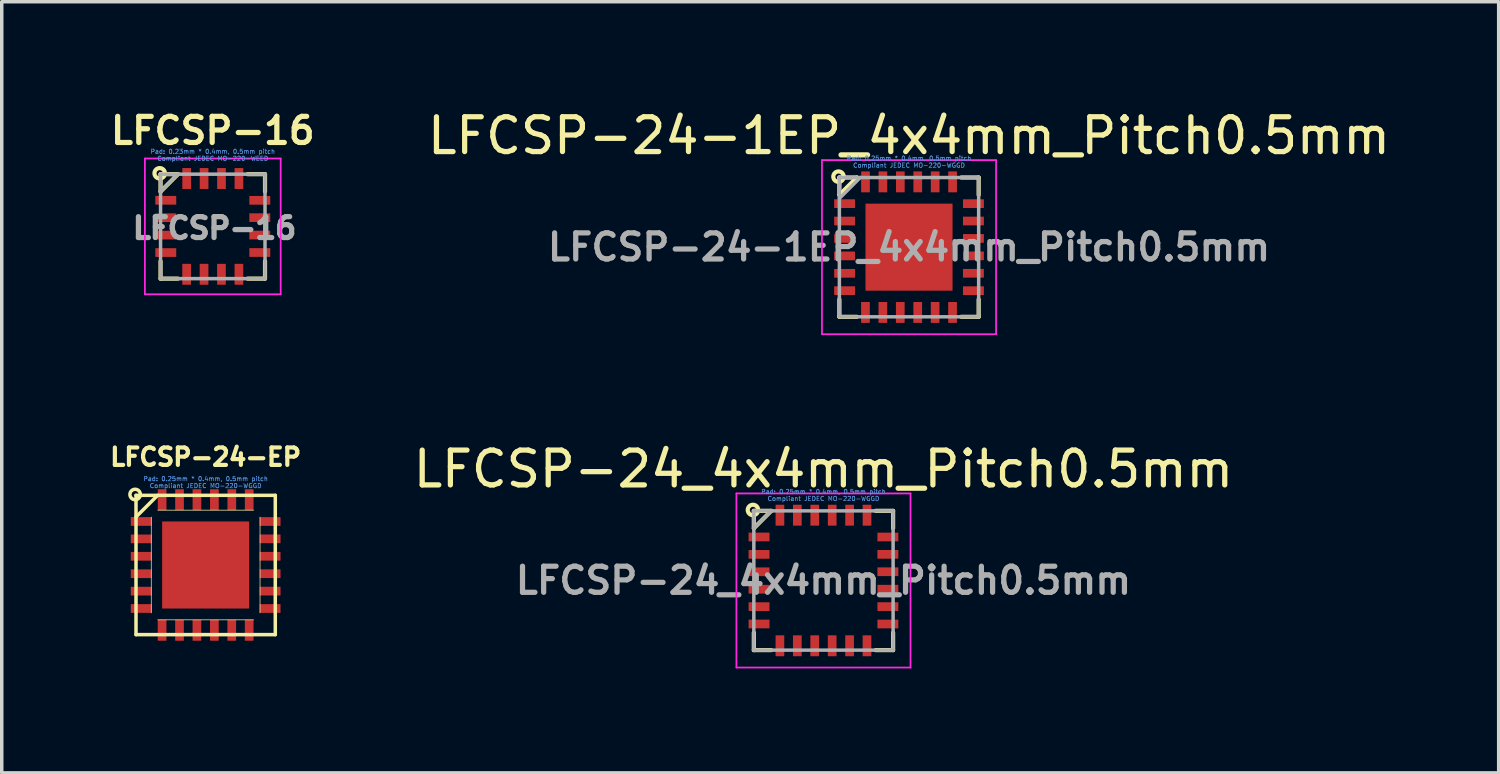
<source format=kicad_pcb>
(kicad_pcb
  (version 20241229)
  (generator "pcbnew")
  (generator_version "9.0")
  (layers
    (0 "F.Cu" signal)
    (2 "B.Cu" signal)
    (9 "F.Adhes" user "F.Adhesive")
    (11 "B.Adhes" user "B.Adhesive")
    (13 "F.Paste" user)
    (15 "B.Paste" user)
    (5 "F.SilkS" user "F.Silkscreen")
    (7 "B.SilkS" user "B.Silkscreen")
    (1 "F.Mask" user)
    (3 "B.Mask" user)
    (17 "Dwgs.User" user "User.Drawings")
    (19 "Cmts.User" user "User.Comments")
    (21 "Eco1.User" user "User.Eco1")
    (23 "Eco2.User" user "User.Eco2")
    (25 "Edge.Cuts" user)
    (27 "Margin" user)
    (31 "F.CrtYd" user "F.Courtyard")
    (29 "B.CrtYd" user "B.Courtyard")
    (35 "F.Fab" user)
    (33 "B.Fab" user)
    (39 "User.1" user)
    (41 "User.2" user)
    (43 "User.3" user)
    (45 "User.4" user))
  (footprint "LFCSP-16"
    (layer "F.Cu")
    (at 3.061 3.452)
    (property "Reference" "LFCSP-16" (at 0 -2.75 0) (layer "F.SilkS") (effects (font (size 0.75 0.75) (thickness 0.15))))
    (attr smd)
    (fp_line (start -1.5 -1.5) (end -1.5 -1) (stroke (width 0.12) (type solid)) (layer "F.SilkS"))
    (fp_line (start -1.5 -1.5) (end -1 -1.5) (stroke (width 0.12) (type solid)) (layer "F.SilkS"))
    (fp_line (start -1.5 -1) (end -1 -1.5) (stroke (width 0.12) (type solid)) (layer "F.SilkS"))
    (fp_line (start -1.5 1) (end -1.5 1.5) (stroke (width 0.12) (type solid)) (layer "F.SilkS"))
    (fp_line (start -1.5 1.5) (end -1 1.5) (stroke (width 0.12) (type solid)) (layer "F.SilkS"))
    (fp_line (start 1 -1.5) (end 1.5 -1.5) (stroke (width 0.12) (type solid)) (layer "F.SilkS"))
    (fp_line (start 1 1.5) (end 1.5 1.5) (stroke (width 0.12) (type solid)) (layer "F.SilkS"))
    (fp_line (start 1.5 -1.5) (end 1.5 -1) (stroke (width 0.12) (type solid)) (layer "F.SilkS"))
    (fp_line (start 1.5 1) (end 1.5 1.5) (stroke (width 0.12) (type solid)) (layer "F.SilkS"))
    (fp_circle (center -1.525 -1.525) (end -1.675 -1.525) (stroke (width 0.12) (type solid)) (fill no) (layer "F.SilkS"))
    (fp_line (start -1.95 1.95) (end -1.95 -1.95) (stroke (width 0.05) (type solid)) (layer "F.CrtYd"))
    (fp_line (start -1.95 1.95) (end 1.95 1.95) (stroke (width 0.05) (type solid)) (layer "F.CrtYd"))
    (fp_line (start 1.95 -1.95) (end -1.95 -1.95) (stroke (width 0.05) (type solid)) (layer "F.CrtYd"))
    (fp_line (start 1.95 -1.95) (end 1.95 1.95) (stroke (width 0.05) (type solid)) (layer "F.CrtYd"))
    (fp_line (start -1.5 -1.5) (end -1.5 1.5) (stroke (width 0.1) (type solid)) (layer "F.Fab"))
    (fp_line (start -1.5 -1.5) (end 1.5 -1.5) (stroke (width 0.1) (type solid)) (layer "F.Fab"))
    (fp_line (start -1.5 1.5) (end 1.5 1.5) (stroke (width 0.1) (type solid)) (layer "F.Fab"))
    (fp_line (start -1 -1.5) (end -1.5 -1) (stroke (width 0.1) (type solid)) (layer "F.Fab"))
    (fp_line (start 1.5 -1.5) (end 1.5 1.5) (stroke (width 0.1) (type solid)) (layer "F.Fab"))
    (fp_text user "Compliant JEDEC MO-220-WEED" (at 0 -1.95 0) (layer "Cmts.User") (effects (font (size 0.127 0.127) (thickness 0.02))))
    (fp_text user "Pad: 0.23mm * 0.4mm, 0.5mm pitch" (at 0 -2.15 0) (layer "Cmts.User") (effects (font (size 0.127 0.127) (thickness 0.02))))
    (fp_text user "${REFERENCE}" (at 0.05 0.05 0) (layer "F.Fab") (effects (font (size 0.6 0.6) (thickness 0.15))))
    (pad "1" smd rect (at -1.35 -0.75 270) (size 0.25 0.6) (layers "F.Cu" "F.Mask" "F.Paste"))
    (pad "2" smd rect (at -1.35 -0.25 270) (size 0.25 0.6) (layers "F.Cu" "F.Mask" "F.Paste"))
    (pad "3" smd rect (at -1.35 0.25 270) (size 0.25 0.6) (layers "F.Cu" "F.Mask" "F.Paste"))
    (pad "4" smd rect (at -1.35 0.751 270) (size 0.25 0.6) (layers "F.Cu" "F.Mask" "F.Paste"))
    (pad "5" smd rect (at -0.751 1.375 180) (size 0.25 0.6) (layers "F.Cu" "F.Mask" "F.Paste"))
    (pad "6" smd rect (at -0.251 1.375 180) (size 0.25 0.6) (layers "F.Cu" "F.Mask" "F.Paste"))
    (pad "7" smd rect (at 0.249 1.375 180) (size 0.25 0.6) (layers "F.Cu" "F.Mask" "F.Paste"))
    (pad "8" smd rect (at 0.75 1.375 180) (size 0.25 0.6) (layers "F.Cu" "F.Mask" "F.Paste"))
    (pad "9" smd rect (at 1.35 0.75 90) (size 0.25 0.6) (layers "F.Cu" "F.Mask" "F.Paste"))
    (pad "10" smd rect (at 1.35 0.249 90) (size 0.25 0.6) (layers "F.Cu" "F.Mask" "F.Paste"))
    (pad "11" smd rect (at 1.35 -0.251 90) (size 0.25 0.6) (layers "F.Cu" "F.Mask" "F.Paste"))
    (pad "12" smd rect (at 1.35 -0.749 90) (size 0.25 0.6) (layers "F.Cu" "F.Mask" "F.Paste"))
    (pad "13" smd rect (at 0.751 -1.375) (size 0.25 0.6) (layers "F.Cu" "F.Mask" "F.Paste"))
    (pad "14" smd rect (at 0.25 -1.375) (size 0.25 0.6) (layers "F.Cu" "F.Mask" "F.Paste"))
    (pad "15" smd rect (at -0.25 -1.375) (size 0.25 0.6) (layers "F.Cu" "F.Mask" "F.Paste"))
    (pad "16" smd rect (at -0.75 -1.375) (size 0.25 0.6) (layers "F.Cu" "F.Mask" "F.Paste")))
  (footprint "LFCSP-24-1EP_4x4mm_Pitch0.5mm"
    (layer "F.Cu")
    (at 23.056 4.048)
    (property "Reference" "LFCSP-24-1EP_4x4mm_Pitch0.5mm" (at 0 -3.2 0) (layer "F.SilkS") (effects (font (size 1 1) (thickness 0.15))))
    (attr smd)
    (fp_line (start -2 -2) (end -2 -1.5) (stroke (width 0.12) (type solid)) (layer "F.SilkS"))
    (fp_line (start -2 -2) (end -1.5 -2) (stroke (width 0.12) (type solid)) (layer "F.SilkS"))
    (fp_line (start -2 -1.5) (end -1.5 -2) (stroke (width 0.12) (type solid)) (layer "F.SilkS"))
    (fp_line (start -2 1.5) (end -2 2) (stroke (width 0.12) (type solid)) (layer "F.SilkS"))
    (fp_line (start -2 2) (end -1.5 2) (stroke (width 0.12) (type solid)) (layer "F.SilkS"))
    (fp_line (start 1.5 -2) (end 2 -2) (stroke (width 0.12) (type solid)) (layer "F.SilkS"))
    (fp_line (start 1.5 2) (end 2 2) (stroke (width 0.12) (type solid)) (layer "F.SilkS"))
    (fp_line (start 2 -2) (end 2 -1.5) (stroke (width 0.12) (type solid)) (layer "F.SilkS"))
    (fp_line (start 2 1.5) (end 2 2) (stroke (width 0.12) (type solid)) (layer "F.SilkS"))
    (fp_circle (center -2.025 -2.025) (end -2.175 -2.025) (stroke (width 0.12) (type solid)) (fill no) (layer "F.SilkS"))
    (fp_line (start -2.5 -2.5) (end 2.5 -2.5) (stroke (width 0.05) (type solid)) (layer "F.CrtYd"))
    (fp_line (start -2.5 2.5) (end -2.5 -2.5) (stroke (width 0.05) (type solid)) (layer "F.CrtYd"))
    (fp_line (start 2.5 -2.5) (end 2.5 2.5) (stroke (width 0.05) (type solid)) (layer "F.CrtYd"))
    (fp_line (start 2.5 2.5) (end -2.5 2.5) (stroke (width 0.05) (type solid)) (layer "F.CrtYd"))
    (fp_line (start -2 -2) (end 2 -2) (stroke (width 0.1) (type solid)) (layer "F.Fab"))
    (fp_line (start -2 -1.4) (end -1.4 -2) (stroke (width 0.1) (type solid)) (layer "F.Fab"))
    (fp_line (start -2 2) (end -2 -2) (stroke (width 0.1) (type solid)) (layer "F.Fab"))
    (fp_line (start 2 2) (end -2 2) (stroke (width 0.1) (type solid)) (layer "F.Fab"))
    (fp_line (start 2 2) (end 2 -2) (stroke (width 0.1) (type solid)) (layer "F.Fab"))
    (fp_text user "Compliant JEDEC MO-220-WGGD" (at 0 -2.35 0) (layer "Cmts.User") (effects (font (size 0.127 0.127) (thickness 0.02))))
    (fp_text user "Pad: 0.25mm * 0.4mm, 0.5mm pitch" (at 0 -2.55 0) (layer "Cmts.User") (effects (font (size 0.127 0.127) (thickness 0.02))))
    (fp_text user "${REFERENCE}" (at 0 0 0) (layer "F.Fab") (effects (font (size 0.75 0.75) (thickness 0.15))))
    (pad "1" smd rect (at -1.85 -1.25 270) (size 0.25 0.6) (layers "F.Cu" "F.Mask" "F.Paste"))
    (pad "2" smd rect (at -1.85 -0.75 270) (size 0.25 0.6) (layers "F.Cu" "F.Mask" "F.Paste"))
    (pad "3" smd rect (at -1.85 -0.25 270) (size 0.25 0.6) (layers "F.Cu" "F.Mask" "F.Paste"))
    (pad "4" smd rect (at -1.85 0.251 270) (size 0.25 0.6) (layers "F.Cu" "F.Mask" "F.Paste"))
    (pad "5" smd rect (at -1.85 0.751 270) (size 0.25 0.6) (layers "F.Cu" "F.Mask" "F.Paste"))
    (pad "6" smd rect (at -1.85 1.249 270) (size 0.25 0.6) (layers "F.Cu" "F.Mask" "F.Paste"))
    (pad "7" smd rect (at -1.251 1.875 180) (size 0.25 0.6) (layers "F.Cu" "F.Mask" "F.Paste"))
    (pad "8" smd rect (at -0.751 1.875 180) (size 0.25 0.6) (layers "F.Cu" "F.Mask" "F.Paste"))
    (pad "9" smd rect (at -0.251 1.875 180) (size 0.25 0.6) (layers "F.Cu" "F.Mask" "F.Paste"))
    (pad "10" smd rect (at 0.25 1.875 180) (size 0.25 0.6) (layers "F.Cu" "F.Mask" "F.Paste"))
    (pad "11" smd rect (at 0.75 1.875 180) (size 0.25 0.6) (layers "F.Cu" "F.Mask" "F.Paste"))
    (pad "12" smd rect (at 1.25 1.875 180) (size 0.25 0.6) (layers "F.Cu" "F.Mask" "F.Paste"))
    (pad "13" smd rect (at 1.85 1.25 90) (size 0.25 0.6) (layers "F.Cu" "F.Mask" "F.Paste"))
    (pad "14" smd rect (at 1.85 0.75 90) (size 0.25 0.6) (layers "F.Cu" "F.Mask" "F.Paste"))
    (pad "15" smd rect (at 1.85 0.25 90) (size 0.25 0.6) (layers "F.Cu" "F.Mask" "F.Paste"))
    (pad "16" smd rect (at 1.85 -0.251 90) (size 0.25 0.6) (layers "F.Cu" "F.Mask" "F.Paste"))
    (pad "17" smd rect (at 1.85 -0.751 90) (size 0.25 0.6) (layers "F.Cu" "F.Mask" "F.Paste"))
    (pad "18" smd rect (at 1.85 -1.249 90) (size 0.25 0.6) (layers "F.Cu" "F.Mask" "F.Paste"))
    (pad "19" smd rect (at 1.251 -1.875) (size 0.25 0.6) (layers "F.Cu" "F.Mask" "F.Paste"))
    (pad "20" smd rect (at 0.751 -1.875) (size 0.25 0.6) (layers "F.Cu" "F.Mask" "F.Paste"))
    (pad "21" smd rect (at 0.251 -1.875) (size 0.25 0.6) (layers "F.Cu" "F.Mask" "F.Paste"))
    (pad "22" smd rect (at -0.25 -1.875) (size 0.25 0.6) (layers "F.Cu" "F.Mask" "F.Paste"))
    (pad "23" smd rect (at -0.75 -1.875) (size 0.25 0.6) (layers "F.Cu" "F.Mask" "F.Paste"))
    (pad "24" smd rect (at -1.25 -1.875) (size 0.25 0.6) (layers "F.Cu" "F.Mask" "F.Paste"))
    (pad "GND" smd rect (at 0 0) (size 2.5 2.5) (layers "F.Cu" "F.Mask" "F.Paste")))
  (footprint "LFCSP-24_4x4mm_Pitch0.5mm"
    (layer "F.Cu")
    (at 20.599 13.621)
    (property "Reference" "LFCSP-24_4x4mm_Pitch0.5mm" (at 0 -3.2 0) (layer "F.SilkS") (effects (font (size 1 1) (thickness 0.15))))
    (attr smd)
    (fp_line (start -2 -2) (end -2 -1.5) (stroke (width 0.12) (type solid)) (layer "F.SilkS"))
    (fp_line (start -2 -2) (end -1.5 -2) (stroke (width 0.12) (type solid)) (layer "F.SilkS"))
    (fp_line (start -2 -1.5) (end -1.5 -2) (stroke (width 0.12) (type solid)) (layer "F.SilkS"))
    (fp_line (start -2 1.5) (end -2 2) (stroke (width 0.12) (type solid)) (layer "F.SilkS"))
    (fp_line (start -2 2) (end -1.5 2) (stroke (width 0.12) (type solid)) (layer "F.SilkS"))
    (fp_line (start 1.5 -2) (end 2 -2) (stroke (width 0.12) (type solid)) (layer "F.SilkS"))
    (fp_line (start 1.5 2) (end 2 2) (stroke (width 0.12) (type solid)) (layer "F.SilkS"))
    (fp_line (start 2 -2) (end 2 -1.5) (stroke (width 0.12) (type solid)) (layer "F.SilkS"))
    (fp_line (start 2 1.5) (end 2 2) (stroke (width 0.12) (type solid)) (layer "F.SilkS"))
    (fp_circle (center -2.025 -2.025) (end -2.175 -2.025) (stroke (width 0.12) (type solid)) (fill no) (layer "F.SilkS"))
    (fp_line (start -2.5 -2.5) (end 2.5 -2.5) (stroke (width 0.05) (type solid)) (layer "F.CrtYd"))
    (fp_line (start -2.5 2.5) (end -2.5 -2.5) (stroke (width 0.05) (type solid)) (layer "F.CrtYd"))
    (fp_line (start 2.5 -2.5) (end 2.5 2.5) (stroke (width 0.05) (type solid)) (layer "F.CrtYd"))
    (fp_line (start 2.5 2.5) (end -2.5 2.5) (stroke (width 0.05) (type solid)) (layer "F.CrtYd"))
    (fp_line (start -2 -2) (end 2 -2) (stroke (width 0.1) (type solid)) (layer "F.Fab"))
    (fp_line (start -2 -1.5) (end -1.5 -2) (stroke (width 0.1) (type solid)) (layer "F.Fab"))
    (fp_line (start -2 2) (end -2 -2) (stroke (width 0.1) (type solid)) (layer "F.Fab"))
    (fp_line (start 2 2) (end -2 2) (stroke (width 0.1) (type solid)) (layer "F.Fab"))
    (fp_line (start 2 2) (end 2 -2) (stroke (width 0.1) (type solid)) (layer "F.Fab"))
    (fp_text user "Compliant JEDEC MO-220-WGGD" (at 0 -2.35 0) (layer "Cmts.User") (effects (font (size 0.127 0.127) (thickness 0.02))))
    (fp_text user "Pad: 0.25mm * 0.4mm, 0.5mm pitch" (at 0 -2.55 0) (layer "Cmts.User") (effects (font (size 0.127 0.127) (thickness 0.02))))
    (fp_text user "${REFERENCE}" (at 0 0 0) (layer "F.Fab") (effects (font (size 0.75 0.75) (thickness 0.15))))
    (pad "1" smd rect (at -1.85 -1.25 270) (size 0.25 0.6) (layers "F.Cu" "F.Mask" "F.Paste"))
    (pad "2" smd rect (at -1.85 -0.75 270) (size 0.25 0.6) (layers "F.Cu" "F.Mask" "F.Paste"))
    (pad "3" smd rect (at -1.85 -0.25 270) (size 0.25 0.6) (layers "F.Cu" "F.Mask" "F.Paste"))
    (pad "4" smd rect (at -1.85 0.251 270) (size 0.25 0.6) (layers "F.Cu" "F.Mask" "F.Paste"))
    (pad "5" smd rect (at -1.85 0.751 270) (size 0.25 0.6) (layers "F.Cu" "F.Mask" "F.Paste"))
    (pad "6" smd rect (at -1.85 1.249 270) (size 0.25 0.6) (layers "F.Cu" "F.Mask" "F.Paste"))
    (pad "7" smd rect (at -1.251 1.875 180) (size 0.25 0.6) (layers "F.Cu" "F.Mask" "F.Paste"))
    (pad "8" smd rect (at -0.751 1.875 180) (size 0.25 0.6) (layers "F.Cu" "F.Mask" "F.Paste"))
    (pad "9" smd rect (at -0.251 1.875 180) (size 0.25 0.6) (layers "F.Cu" "F.Mask" "F.Paste"))
    (pad "10" smd rect (at 0.25 1.875 180) (size 0.25 0.6) (layers "F.Cu" "F.Mask" "F.Paste"))
    (pad "11" smd rect (at 0.75 1.875 180) (size 0.25 0.6) (layers "F.Cu" "F.Mask" "F.Paste"))
    (pad "12" smd rect (at 1.25 1.875 180) (size 0.25 0.6) (layers "F.Cu" "F.Mask" "F.Paste"))
    (pad "13" smd rect (at 1.85 1.25 90) (size 0.25 0.6) (layers "F.Cu" "F.Mask" "F.Paste"))
    (pad "14" smd rect (at 1.85 0.75 90) (size 0.25 0.6) (layers "F.Cu" "F.Mask" "F.Paste"))
    (pad "15" smd rect (at 1.85 0.25 90) (size 0.25 0.6) (layers "F.Cu" "F.Mask" "F.Paste"))
    (pad "16" smd rect (at 1.85 -0.251 90) (size 0.25 0.6) (layers "F.Cu" "F.Mask" "F.Paste"))
    (pad "17" smd rect (at 1.85 -0.751 90) (size 0.25 0.6) (layers "F.Cu" "F.Mask" "F.Paste"))
    (pad "18" smd rect (at 1.85 -1.249 90) (size 0.25 0.6) (layers "F.Cu" "F.Mask" "F.Paste"))
    (pad "19" smd rect (at 1.251 -1.875) (size 0.25 0.6) (layers "F.Cu" "F.Mask" "F.Paste"))
    (pad "20" smd rect (at 0.751 -1.875) (size 0.25 0.6) (layers "F.Cu" "F.Mask" "F.Paste"))
    (pad "21" smd rect (at 0.251 -1.875) (size 0.25 0.6) (layers "F.Cu" "F.Mask" "F.Paste"))
    (pad "22" smd rect (at -0.25 -1.875) (size 0.25 0.6) (layers "F.Cu" "F.Mask" "F.Paste"))
    (pad "23" smd rect (at -0.75 -1.875) (size 0.25 0.6) (layers "F.Cu" "F.Mask" "F.Paste"))
    (pad "24" smd rect (at -1.25 -1.875) (size 0.25 0.6) (layers "F.Cu" "F.Mask" "F.Paste")))
  (footprint "LFCSP-24-EP"
    (layer "F.Cu")
    (at 2.856 13.176)
    (property "Reference" "LFCSP-24-EP" (at 0 -3.1 0) (layer "F.SilkS") (effects (font (size 0.5 0.5) (thickness 0.12))))
    (attr smd)
    (fp_line (start -2 -2) (end -2 2) (stroke (width 0.1) (type solid)) (layer "F.SilkS"))
    (fp_line (start -2 -2) (end 2 -2) (stroke (width 0.1) (type solid)) (layer "F.SilkS"))
    (fp_line (start -2 -1.38) (end -1.38 -2) (stroke (width 0.1) (type solid)) (layer "F.SilkS"))
    (fp_line (start -2 2) (end 2 2) (stroke (width 0.1) (type solid)) (layer "F.SilkS"))
    (fp_line (start -1.562 1.375) (end -1.562 -1.375) (stroke (width 0.02) (type solid)) (layer "F.SilkS"))
    (fp_line (start -1.375 -1.575) (end 1.375 -1.575) (stroke (width 0.02) (type solid)) (layer "F.SilkS"))
    (fp_line (start 1.375 1.575) (end -1.375 1.575) (stroke (width 0.02) (type solid)) (layer "F.SilkS"))
    (fp_line (start 1.562 -1.375) (end 1.562 1.375) (stroke (width 0.02) (type solid)) (layer "F.SilkS"))
    (fp_line (start 2 -2) (end 2 2) (stroke (width 0.1) (type solid)) (layer "F.SilkS"))
    (fp_circle (center -2.025 -2.025) (end -2.175 -2.025) (stroke (width 0.1) (type solid)) (fill no) (layer "F.SilkS"))
    (fp_text user "Pad: 0.25mm * 0.4mm, 0.5mm pitch" (at 0 -2.475 0) (layer "Cmts.User") (effects (font (size 0.127 0.127) (thickness 0.02))))
    (fp_text user "Compliant JEDEC MO-220-WGGD" (at 0 -2.275 0) (layer "Cmts.User") (effects (font (size 0.127 0.127) (thickness 0.02))))
    (pad "1" smd rect (at -1.85 -1.25 270) (size 0.25 0.6) (layers "F.Cu" "F.Mask" "F.Paste"))
    (pad "2" smd rect (at -1.85 -0.75 270) (size 0.25 0.6) (layers "F.Cu" "F.Mask" "F.Paste"))
    (pad "3" smd rect (at -1.85 -0.25 270) (size 0.25 0.6) (layers "F.Cu" "F.Mask" "F.Paste"))
    (pad "4" smd rect (at -1.85 0.251 270) (size 0.25 0.6) (layers "F.Cu" "F.Mask" "F.Paste"))
    (pad "5" smd rect (at -1.85 0.751 270) (size 0.25 0.6) (layers "F.Cu" "F.Mask" "F.Paste"))
    (pad "6" smd rect (at -1.85 1.249 270) (size 0.25 0.6) (layers "F.Cu" "F.Mask" "F.Paste"))
    (pad "7" smd rect (at -1.251 1.875 180) (size 0.25 0.6) (layers "F.Cu" "F.Mask" "F.Paste"))
    (pad "8" smd rect (at -0.751 1.875 180) (size 0.25 0.6) (layers "F.Cu" "F.Mask" "F.Paste"))
    (pad "9" smd rect (at -0.251 1.875 180) (size 0.25 0.6) (layers "F.Cu" "F.Mask" "F.Paste"))
    (pad "10" smd rect (at 0.25 1.875 180) (size 0.25 0.6) (layers "F.Cu" "F.Mask" "F.Paste"))
    (pad "11" smd rect (at 0.75 1.875 180) (size 0.25 0.6) (layers "F.Cu" "F.Mask" "F.Paste"))
    (pad "12" smd rect (at 1.25 1.875 180) (size 0.25 0.6) (layers "F.Cu" "F.Mask" "F.Paste"))
    (pad "13" smd rect (at 1.85 1.25 90) (size 0.25 0.6) (layers "F.Cu" "F.Mask" "F.Paste"))
    (pad "14" smd rect (at 1.85 0.75 90) (size 0.25 0.6) (layers "F.Cu" "F.Mask" "F.Paste"))
    (pad "15" smd rect (at 1.85 0.25 90) (size 0.25 0.6) (layers "F.Cu" "F.Mask" "F.Paste"))
    (pad "16" smd rect (at 1.85 -0.251 90) (size 0.25 0.6) (layers "F.Cu" "F.Mask" "F.Paste"))
    (pad "17" smd rect (at 1.85 -0.751 90) (size 0.25 0.6) (layers "F.Cu" "F.Mask" "F.Paste"))
    (pad "18" smd rect (at 1.85 -1.249 90) (size 0.25 0.6) (layers "F.Cu" "F.Mask" "F.Paste"))
    (pad "19" smd rect (at 1.251 -1.875) (size 0.25 0.6) (layers "F.Cu" "F.Mask" "F.Paste"))
    (pad "20" smd rect (at 0.751 -1.875) (size 0.25 0.6) (layers "F.Cu" "F.Mask" "F.Paste"))
    (pad "21" smd rect (at 0.251 -1.875) (size 0.25 0.6) (layers "F.Cu" "F.Mask" "F.Paste"))
    (pad "22" smd rect (at -0.25 -1.875) (size 0.25 0.6) (layers "F.Cu" "F.Mask" "F.Paste"))
    (pad "23" smd rect (at -0.75 -1.875) (size 0.25 0.6) (layers "F.Cu" "F.Mask" "F.Paste"))
    (pad "24" smd rect (at -1.25 -1.875) (size 0.25 0.6) (layers "F.Cu" "F.Mask" "F.Paste"))
    (pad "GND" smd rect (at 0 0) (size 2.5 2.5) (layers "F.Cu" "F.Mask" "F.Paste")))
  (gr_rect
    (start -3 -3)
    (end 39.99 19.146)
    (stroke (width 0.1) (type default))
    (fill no)
    (layer "Edge.Cuts")))
</source>
